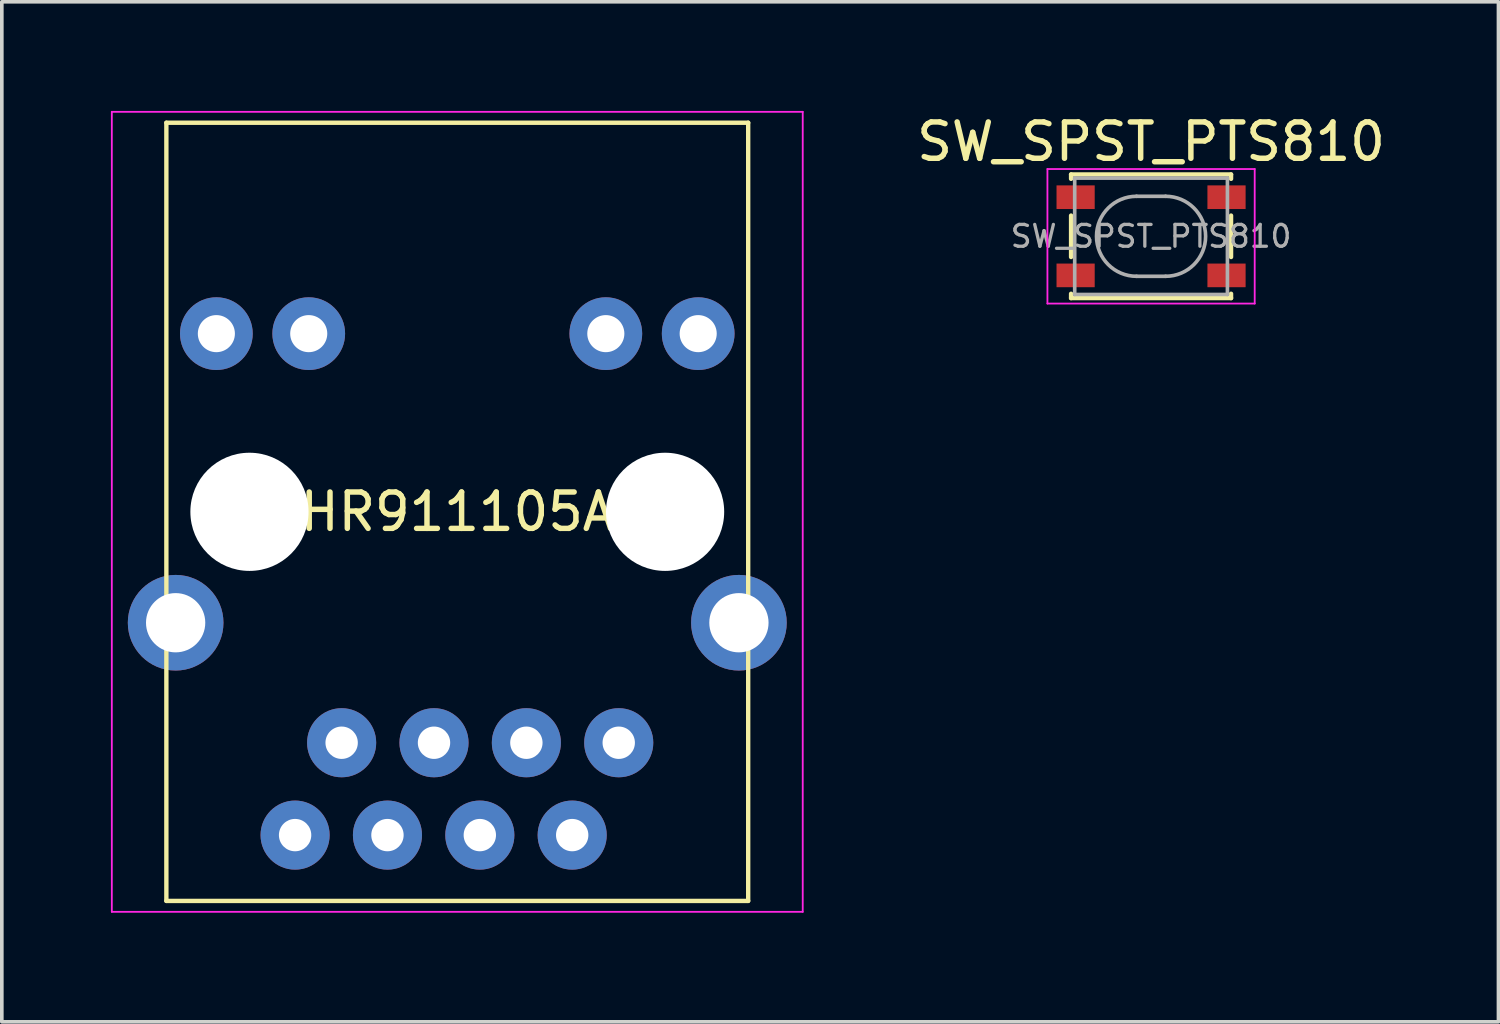
<source format=kicad_pcb>
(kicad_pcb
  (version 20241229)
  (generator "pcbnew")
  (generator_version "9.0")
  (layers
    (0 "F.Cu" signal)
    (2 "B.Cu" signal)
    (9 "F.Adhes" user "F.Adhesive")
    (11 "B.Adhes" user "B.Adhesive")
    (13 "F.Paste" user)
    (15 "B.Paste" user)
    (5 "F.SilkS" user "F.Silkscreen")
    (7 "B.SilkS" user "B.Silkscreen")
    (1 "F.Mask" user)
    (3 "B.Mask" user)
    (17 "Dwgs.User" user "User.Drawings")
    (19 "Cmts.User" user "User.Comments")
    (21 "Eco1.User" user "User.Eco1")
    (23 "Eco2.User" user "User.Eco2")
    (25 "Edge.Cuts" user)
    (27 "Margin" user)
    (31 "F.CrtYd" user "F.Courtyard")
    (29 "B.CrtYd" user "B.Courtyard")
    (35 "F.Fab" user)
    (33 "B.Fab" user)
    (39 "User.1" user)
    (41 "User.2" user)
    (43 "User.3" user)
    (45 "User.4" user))
  (footprint "HR911105A"
    (layer "F.Cu")
    (at 9.525 11.025)
    (property "Reference" "HR911105A" (at 0 0 0) (layer "F.SilkS") (effects (font (size 1 1) (thickness 0.15))))
    (attr through_hole)
    (fp_line (start -8 -10.7) (end -8 10.7) (stroke (width 0.12) (type solid)) (layer "F.SilkS"))
    (fp_line (start -8 -10.7) (end 8 -10.7) (stroke (width 0.12) (type solid)) (layer "F.SilkS"))
    (fp_line (start -8 10.7) (end 8 10.7) (stroke (width 0.12) (type solid)) (layer "F.SilkS"))
    (fp_line (start 8 10.7) (end 8 -10.7) (stroke (width 0.12) (type solid)) (layer "F.SilkS"))
    (fp_line (start -9.5 -11) (end -9.5 11) (stroke (width 0.05) (type solid)) (layer "F.CrtYd"))
    (fp_line (start -9.5 11) (end 9.5 11) (stroke (width 0.05) (type solid)) (layer "F.CrtYd"))
    (fp_line (start 9.5 -11) (end -9.5 -11) (stroke (width 0.05) (type solid)) (layer "F.CrtYd"))
    (fp_line (start 9.5 11) (end 9.5 -11) (stroke (width 0.05) (type solid)) (layer "F.CrtYd"))
    (pad "" np_thru_hole circle (at -5.715 0) (size 3.25 3.25) (drill 3.25) (layers "*.Cu" "*.Mask"))
    (pad "" np_thru_hole circle (at 5.715 0) (size 3.25 3.25) (drill 3.25) (layers "*.Cu" "*.Mask"))
    (pad "1" thru_hole circle (at 4.44 6.35) (size 1.9 1.9) (drill 0.89) (layers "*.Cu" "*.Mask"))
    (pad "2" thru_hole circle (at 3.16 8.89) (size 1.9 1.9) (drill 0.89) (layers "*.Cu" "*.Mask"))
    (pad "3" thru_hole circle (at 1.9 6.35) (size 1.9 1.9) (drill 0.89) (layers "*.Cu" "*.Mask"))
    (pad "4" thru_hole circle (at 0.62 8.89) (size 1.9 1.9) (drill 0.89) (layers "*.Cu" "*.Mask"))
    (pad "5" thru_hole circle (at -0.64 6.35) (size 1.9 1.9) (drill 0.89) (layers "*.Cu" "*.Mask"))
    (pad "6" thru_hole circle (at -1.92 8.89) (size 1.9 1.9) (drill 0.89) (layers "*.Cu" "*.Mask"))
    (pad "7" thru_hole circle (at -3.18 6.35) (size 1.9 1.9) (drill 0.89) (layers "*.Cu" "*.Mask"))
    (pad "8" thru_hole circle (at -4.46 8.89) (size 1.9 1.9) (drill 0.89) (layers "*.Cu" "*.Mask"))
    (pad "9" thru_hole circle (at 6.625 -4.9) (size 2 2) (drill 1.02) (layers "*.Cu" "*.Mask"))
    (pad "10" thru_hole circle (at 4.085 -4.9) (size 2 2) (drill 1.02) (layers "*.Cu" "*.Mask"))
    (pad "11" thru_hole circle (at -4.085 -4.9) (size 2 2) (drill 1.02) (layers "*.Cu" "*.Mask"))
    (pad "12" thru_hole circle (at -6.625 -4.9) (size 2 2) (drill 1.02) (layers "*.Cu" "*.Mask"))
    (pad "13" thru_hole circle (at -7.745 3.05) (size 2.63 2.63) (drill 1.63) (layers "*.Cu" "*.Mask"))
    (pad "14" thru_hole circle (at 7.745 3.05) (size 2.63 2.63) (drill 1.63) (layers "*.Cu" "*.Mask")))
  (footprint "SW_SPST_PTS810"
    (layer "F.Cu")
    (at 28.604 3.448)
    (property "Reference" "SW_SPST_PTS810" (at 0 -2.6 0) (layer "F.SilkS") (effects (font (size 1 1) (thickness 0.15))))
    (attr smd)
    (fp_line (start -2.2 -1.7) (end -2.2 -1.58) (stroke (width 0.12) (type solid)) (layer "F.SilkS"))
    (fp_line (start -2.2 -0.57) (end -2.2 0.57) (stroke (width 0.12) (type solid)) (layer "F.SilkS"))
    (fp_line (start -2.2 1.58) (end -2.2 1.7) (stroke (width 0.12) (type solid)) (layer "F.SilkS"))
    (fp_line (start -2.2 1.7) (end 2.2 1.7) (stroke (width 0.12) (type solid)) (layer "F.SilkS"))
    (fp_line (start 2.2 -1.7) (end -2.2 -1.7) (stroke (width 0.12) (type solid)) (layer "F.SilkS"))
    (fp_line (start 2.2 -1.58) (end 2.2 -1.7) (stroke (width 0.12) (type solid)) (layer "F.SilkS"))
    (fp_line (start 2.2 0.57) (end 2.2 -0.57) (stroke (width 0.12) (type solid)) (layer "F.SilkS"))
    (fp_line (start 2.2 1.7) (end 2.2 1.58) (stroke (width 0.12) (type solid)) (layer "F.SilkS"))
    (fp_line (start -2.85 -1.85) (end 2.85 -1.85) (stroke (width 0.05) (type solid)) (layer "F.CrtYd"))
    (fp_line (start -2.85 1.85) (end -2.85 -1.85) (stroke (width 0.05) (type solid)) (layer "F.CrtYd"))
    (fp_line (start 2.85 -1.85) (end 2.85 1.85) (stroke (width 0.05) (type solid)) (layer "F.CrtYd"))
    (fp_line (start 2.85 1.85) (end -2.85 1.85) (stroke (width 0.05) (type solid)) (layer "F.CrtYd"))
    (fp_line (start -2.1 -1.6) (end -2.1 1.6) (stroke (width 0.1) (type solid)) (layer "F.Fab"))
    (fp_line (start -2.1 1.6) (end 2.1 1.6) (stroke (width 0.1) (type solid)) (layer "F.Fab"))
    (fp_line (start -0.4 -1.1) (end 0.4 -1.1) (stroke (width 0.1) (type solid)) (layer "F.Fab"))
    (fp_line (start 0.4 1.1) (end -0.4 1.1) (stroke (width 0.1) (type solid)) (layer "F.Fab"))
    (fp_line (start 2.1 -1.6) (end -2.1 -1.6) (stroke (width 0.1) (type solid)) (layer "F.Fab"))
    (fp_line (start 2.1 1.6) (end 2.1 -1.6) (stroke (width 0.1) (type solid)) (layer "F.Fab"))
    (fp_arc (start -0.4 1.1) (mid -1.5 0) (end -0.4 -1.1) (stroke (width 0.1) (type solid)) (layer "F.Fab"))
    (fp_arc (start 0.4 -1.1) (mid 1.5 0) (end 0.4 1.1) (stroke (width 0.1) (type solid)) (layer "F.Fab"))
    (fp_text user "${REFERENCE}" (at 0 0 0) (layer "F.Fab") (effects (font (size 0.6 0.6) (thickness 0.09))))
    (pad "1" smd rect (at -2.075 -1.075) (size 1.05 0.65) (layers "F.Cu" "F.Mask" "F.Paste"))
    (pad "2" smd rect (at 2.075 -1.075) (size 1.05 0.65) (layers "F.Cu" "F.Mask" "F.Paste"))
    (pad "3" smd rect (at -2.075 1.075) (size 1.05 0.65) (layers "F.Cu" "F.Mask" "F.Paste"))
    (pad "4" smd rect (at 2.075 1.075) (size 1.05 0.65) (layers "F.Cu" "F.Mask" "F.Paste")))
  (gr_rect
    (start -3 -3)
    (end 38.157 25.05)
    (stroke (width 0.1) (type default))
    (fill no)
    (layer "Edge.Cuts")))
</source>
